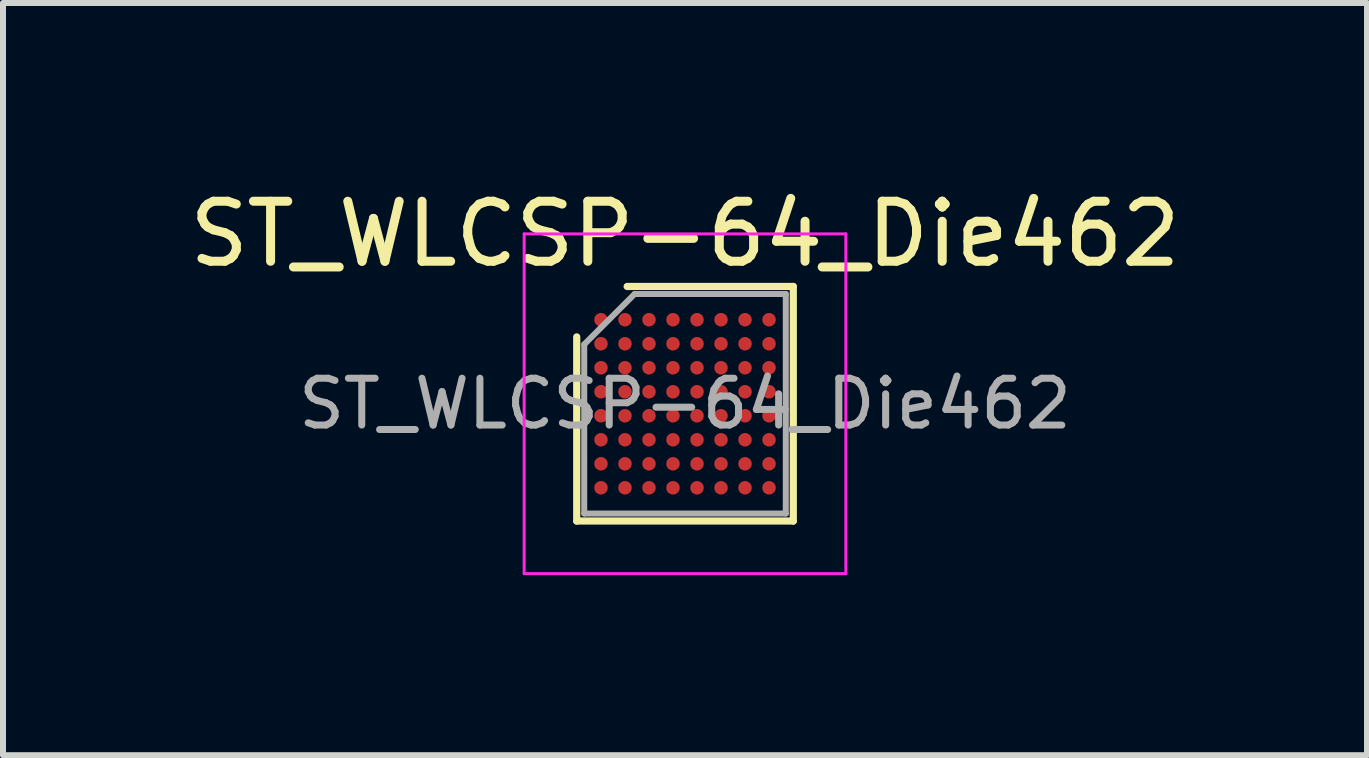
<source format=kicad_pcb>
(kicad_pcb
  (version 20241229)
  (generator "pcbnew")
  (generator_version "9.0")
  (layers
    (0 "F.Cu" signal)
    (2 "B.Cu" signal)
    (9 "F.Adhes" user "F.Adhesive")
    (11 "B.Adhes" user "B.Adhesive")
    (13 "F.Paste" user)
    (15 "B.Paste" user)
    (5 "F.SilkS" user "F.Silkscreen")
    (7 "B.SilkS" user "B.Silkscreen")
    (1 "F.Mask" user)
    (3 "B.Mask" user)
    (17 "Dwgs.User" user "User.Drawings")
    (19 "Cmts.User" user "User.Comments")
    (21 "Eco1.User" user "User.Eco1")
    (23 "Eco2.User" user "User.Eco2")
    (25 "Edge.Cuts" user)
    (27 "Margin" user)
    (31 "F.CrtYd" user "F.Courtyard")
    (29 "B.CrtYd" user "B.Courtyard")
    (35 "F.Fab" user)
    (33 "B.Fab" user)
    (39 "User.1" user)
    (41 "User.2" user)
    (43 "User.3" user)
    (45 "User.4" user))
  (footprint "ST_WLCSP-64_Die462"
    (layer "F.Cu")
    (at 8.363 3.677)
    (property "Reference" "ST_WLCSP-64_Die462" (at 0 -2.829 0) (layer "F.SilkS") (effects (font (size 1 1) (thickness 0.15))))
    (attr smd)
    (fp_line (start -1.804 1.954) (end -1.804 -1.114) (stroke (width 0.12) (type solid)) (layer "F.SilkS"))
    (fp_line (start -0.964 -1.954) (end 1.804 -1.954) (stroke (width 0.12) (type solid)) (layer "F.SilkS"))
    (fp_line (start 1.804 -1.954) (end 1.804 1.954) (stroke (width 0.12) (type solid)) (layer "F.SilkS"))
    (fp_line (start 1.804 1.954) (end -1.804 1.954) (stroke (width 0.12) (type solid)) (layer "F.SilkS"))
    (fp_line (start -2.68 -2.83) (end -2.68 2.83) (stroke (width 0.05) (type solid)) (layer "F.CrtYd"))
    (fp_line (start -2.68 2.83) (end 2.68 2.83) (stroke (width 0.05) (type solid)) (layer "F.CrtYd"))
    (fp_line (start 2.68 -2.83) (end -2.68 -2.83) (stroke (width 0.05) (type solid)) (layer "F.CrtYd"))
    (fp_line (start 2.68 2.83) (end 2.68 -2.83) (stroke (width 0.05) (type solid)) (layer "F.CrtYd"))
    (fp_line (start -1.679 -0.989) (end -0.839 -1.829) (stroke (width 0.1) (type solid)) (layer "F.Fab"))
    (fp_line (start -1.679 1.829) (end -1.679 -0.989) (stroke (width 0.1) (type solid)) (layer "F.Fab"))
    (fp_line (start -0.839 -1.829) (end 1.679 -1.829) (stroke (width 0.1) (type solid)) (layer "F.Fab"))
    (fp_line (start 1.679 -1.829) (end 1.679 1.829) (stroke (width 0.1) (type solid)) (layer "F.Fab"))
    (fp_line (start 1.679 1.829) (end -1.679 1.829) (stroke (width 0.1) (type solid)) (layer "F.Fab"))
    (fp_text user "${REFERENCE}" (at 0 0 0) (layer "F.Fab") (effects (font (size 0.78 0.78) (thickness 0.117))))
    (pad "A1" smd circle (at -1.4 -1.4) (size 0.225 0.225) (layers "F.Cu" "F.Mask" "F.Paste"))
    (pad "A2" smd circle (at -1 -1.4) (size 0.225 0.225) (layers "F.Cu" "F.Mask" "F.Paste"))
    (pad "A3" smd circle (at -0.6 -1.4) (size 0.225 0.225) (layers "F.Cu" "F.Mask" "F.Paste"))
    (pad "A4" smd circle (at -0.2 -1.4) (size 0.225 0.225) (layers "F.Cu" "F.Mask" "F.Paste"))
    (pad "A5" smd circle (at 0.2 -1.4) (size 0.225 0.225) (layers "F.Cu" "F.Mask" "F.Paste"))
    (pad "A6" smd circle (at 0.6 -1.4) (size 0.225 0.225) (layers "F.Cu" "F.Mask" "F.Paste"))
    (pad "A7" smd circle (at 1 -1.4) (size 0.225 0.225) (layers "F.Cu" "F.Mask" "F.Paste"))
    (pad "A8" smd circle (at 1.4 -1.4) (size 0.225 0.225) (layers "F.Cu" "F.Mask" "F.Paste"))
    (pad "B1" smd circle (at -1.4 -1) (size 0.225 0.225) (layers "F.Cu" "F.Mask" "F.Paste"))
    (pad "B2" smd circle (at -1 -1) (size 0.225 0.225) (layers "F.Cu" "F.Mask" "F.Paste"))
    (pad "B3" smd circle (at -0.6 -1) (size 0.225 0.225) (layers "F.Cu" "F.Mask" "F.Paste"))
    (pad "B4" smd circle (at -0.2 -1) (size 0.225 0.225) (layers "F.Cu" "F.Mask" "F.Paste"))
    (pad "B5" smd circle (at 0.2 -1) (size 0.225 0.225) (layers "F.Cu" "F.Mask" "F.Paste"))
    (pad "B6" smd circle (at 0.6 -1) (size 0.225 0.225) (layers "F.Cu" "F.Mask" "F.Paste"))
    (pad "B7" smd circle (at 1 -1) (size 0.225 0.225) (layers "F.Cu" "F.Mask" "F.Paste"))
    (pad "B8" smd circle (at 1.4 -1) (size 0.225 0.225) (layers "F.Cu" "F.Mask" "F.Paste"))
    (pad "C1" smd circle (at -1.4 -0.6) (size 0.225 0.225) (layers "F.Cu" "F.Mask" "F.Paste"))
    (pad "C2" smd circle (at -1 -0.6) (size 0.225 0.225) (layers "F.Cu" "F.Mask" "F.Paste"))
    (pad "C3" smd circle (at -0.6 -0.6) (size 0.225 0.225) (layers "F.Cu" "F.Mask" "F.Paste"))
    (pad "C4" smd circle (at -0.2 -0.6) (size 0.225 0.225) (layers "F.Cu" "F.Mask" "F.Paste"))
    (pad "C5" smd circle (at 0.2 -0.6) (size 0.225 0.225) (layers "F.Cu" "F.Mask" "F.Paste"))
    (pad "C6" smd circle (at 0.6 -0.6) (size 0.225 0.225) (layers "F.Cu" "F.Mask" "F.Paste"))
    (pad "C7" smd circle (at 1 -0.6) (size 0.225 0.225) (layers "F.Cu" "F.Mask" "F.Paste"))
    (pad "C8" smd circle (at 1.4 -0.6) (size 0.225 0.225) (layers "F.Cu" "F.Mask" "F.Paste"))
    (pad "D1" smd circle (at -1.4 -0.2) (size 0.225 0.225) (layers "F.Cu" "F.Mask" "F.Paste"))
    (pad "D2" smd circle (at -1 -0.2) (size 0.225 0.225) (layers "F.Cu" "F.Mask" "F.Paste"))
    (pad "D3" smd circle (at -0.6 -0.2) (size 0.225 0.225) (layers "F.Cu" "F.Mask" "F.Paste"))
    (pad "D4" smd circle (at -0.2 -0.2) (size 0.225 0.225) (layers "F.Cu" "F.Mask" "F.Paste"))
    (pad "D5" smd circle (at 0.2 -0.2) (size 0.225 0.225) (layers "F.Cu" "F.Mask" "F.Paste"))
    (pad "D6" smd circle (at 0.6 -0.2) (size 0.225 0.225) (layers "F.Cu" "F.Mask" "F.Paste"))
    (pad "D7" smd circle (at 1 -0.2) (size 0.225 0.225) (layers "F.Cu" "F.Mask" "F.Paste"))
    (pad "D8" smd circle (at 1.4 -0.2) (size 0.225 0.225) (layers "F.Cu" "F.Mask" "F.Paste"))
    (pad "E1" smd circle (at -1.4 0.2) (size 0.225 0.225) (layers "F.Cu" "F.Mask" "F.Paste"))
    (pad "E2" smd circle (at -1 0.2) (size 0.225 0.225) (layers "F.Cu" "F.Mask" "F.Paste"))
    (pad "E3" smd circle (at -0.6 0.2) (size 0.225 0.225) (layers "F.Cu" "F.Mask" "F.Paste"))
    (pad "E4" smd circle (at -0.2 0.2) (size 0.225 0.225) (layers "F.Cu" "F.Mask" "F.Paste"))
    (pad "E5" smd circle (at 0.2 0.2) (size 0.225 0.225) (layers "F.Cu" "F.Mask" "F.Paste"))
    (pad "E6" smd circle (at 0.6 0.2) (size 0.225 0.225) (layers "F.Cu" "F.Mask" "F.Paste"))
    (pad "E7" smd circle (at 1 0.2) (size 0.225 0.225) (layers "F.Cu" "F.Mask" "F.Paste"))
    (pad "E8" smd circle (at 1.4 0.2) (size 0.225 0.225) (layers "F.Cu" "F.Mask" "F.Paste"))
    (pad "F1" smd circle (at -1.4 0.6) (size 0.225 0.225) (layers "F.Cu" "F.Mask" "F.Paste"))
    (pad "F2" smd circle (at -1 0.6) (size 0.225 0.225) (layers "F.Cu" "F.Mask" "F.Paste"))
    (pad "F3" smd circle (at -0.6 0.6) (size 0.225 0.225) (layers "F.Cu" "F.Mask" "F.Paste"))
    (pad "F4" smd circle (at -0.2 0.6) (size 0.225 0.225) (layers "F.Cu" "F.Mask" "F.Paste"))
    (pad "F5" smd circle (at 0.2 0.6) (size 0.225 0.225) (layers "F.Cu" "F.Mask" "F.Paste"))
    (pad "F6" smd circle (at 0.6 0.6) (size 0.225 0.225) (layers "F.Cu" "F.Mask" "F.Paste"))
    (pad "F7" smd circle (at 1 0.6) (size 0.225 0.225) (layers "F.Cu" "F.Mask" "F.Paste"))
    (pad "F8" smd circle (at 1.4 0.6) (size 0.225 0.225) (layers "F.Cu" "F.Mask" "F.Paste"))
    (pad "G1" smd circle (at -1.4 1) (size 0.225 0.225) (layers "F.Cu" "F.Mask" "F.Paste"))
    (pad "G2" smd circle (at -1 1) (size 0.225 0.225) (layers "F.Cu" "F.Mask" "F.Paste"))
    (pad "G3" smd circle (at -0.6 1) (size 0.225 0.225) (layers "F.Cu" "F.Mask" "F.Paste"))
    (pad "G4" smd circle (at -0.2 1) (size 0.225 0.225) (layers "F.Cu" "F.Mask" "F.Paste"))
    (pad "G5" smd circle (at 0.2 1) (size 0.225 0.225) (layers "F.Cu" "F.Mask" "F.Paste"))
    (pad "G6" smd circle (at 0.6 1) (size 0.225 0.225) (layers "F.Cu" "F.Mask" "F.Paste"))
    (pad "G7" smd circle (at 1 1) (size 0.225 0.225) (layers "F.Cu" "F.Mask" "F.Paste"))
    (pad "G8" smd circle (at 1.4 1) (size 0.225 0.225) (layers "F.Cu" "F.Mask" "F.Paste"))
    (pad "H1" smd circle (at -1.4 1.4) (size 0.225 0.225) (layers "F.Cu" "F.Mask" "F.Paste"))
    (pad "H2" smd circle (at -1 1.4) (size 0.225 0.225) (layers "F.Cu" "F.Mask" "F.Paste"))
    (pad "H3" smd circle (at -0.6 1.4) (size 0.225 0.225) (layers "F.Cu" "F.Mask" "F.Paste"))
    (pad "H4" smd circle (at -0.2 1.4) (size 0.225 0.225) (layers "F.Cu" "F.Mask" "F.Paste"))
    (pad "H5" smd circle (at 0.2 1.4) (size 0.225 0.225) (layers "F.Cu" "F.Mask" "F.Paste"))
    (pad "H6" smd circle (at 0.6 1.4) (size 0.225 0.225) (layers "F.Cu" "F.Mask" "F.Paste"))
    (pad "H7" smd circle (at 1 1.4) (size 0.225 0.225) (layers "F.Cu" "F.Mask" "F.Paste"))
    (pad "H8" smd circle (at 1.4 1.4) (size 0.225 0.225) (layers "F.Cu" "F.Mask" "F.Paste")))
  (gr_rect
    (start -3 -3)
    (end 19.726 9.532)
    (stroke (width 0.1) (type default))
    (fill no)
    (layer "Edge.Cuts")))
</source>
